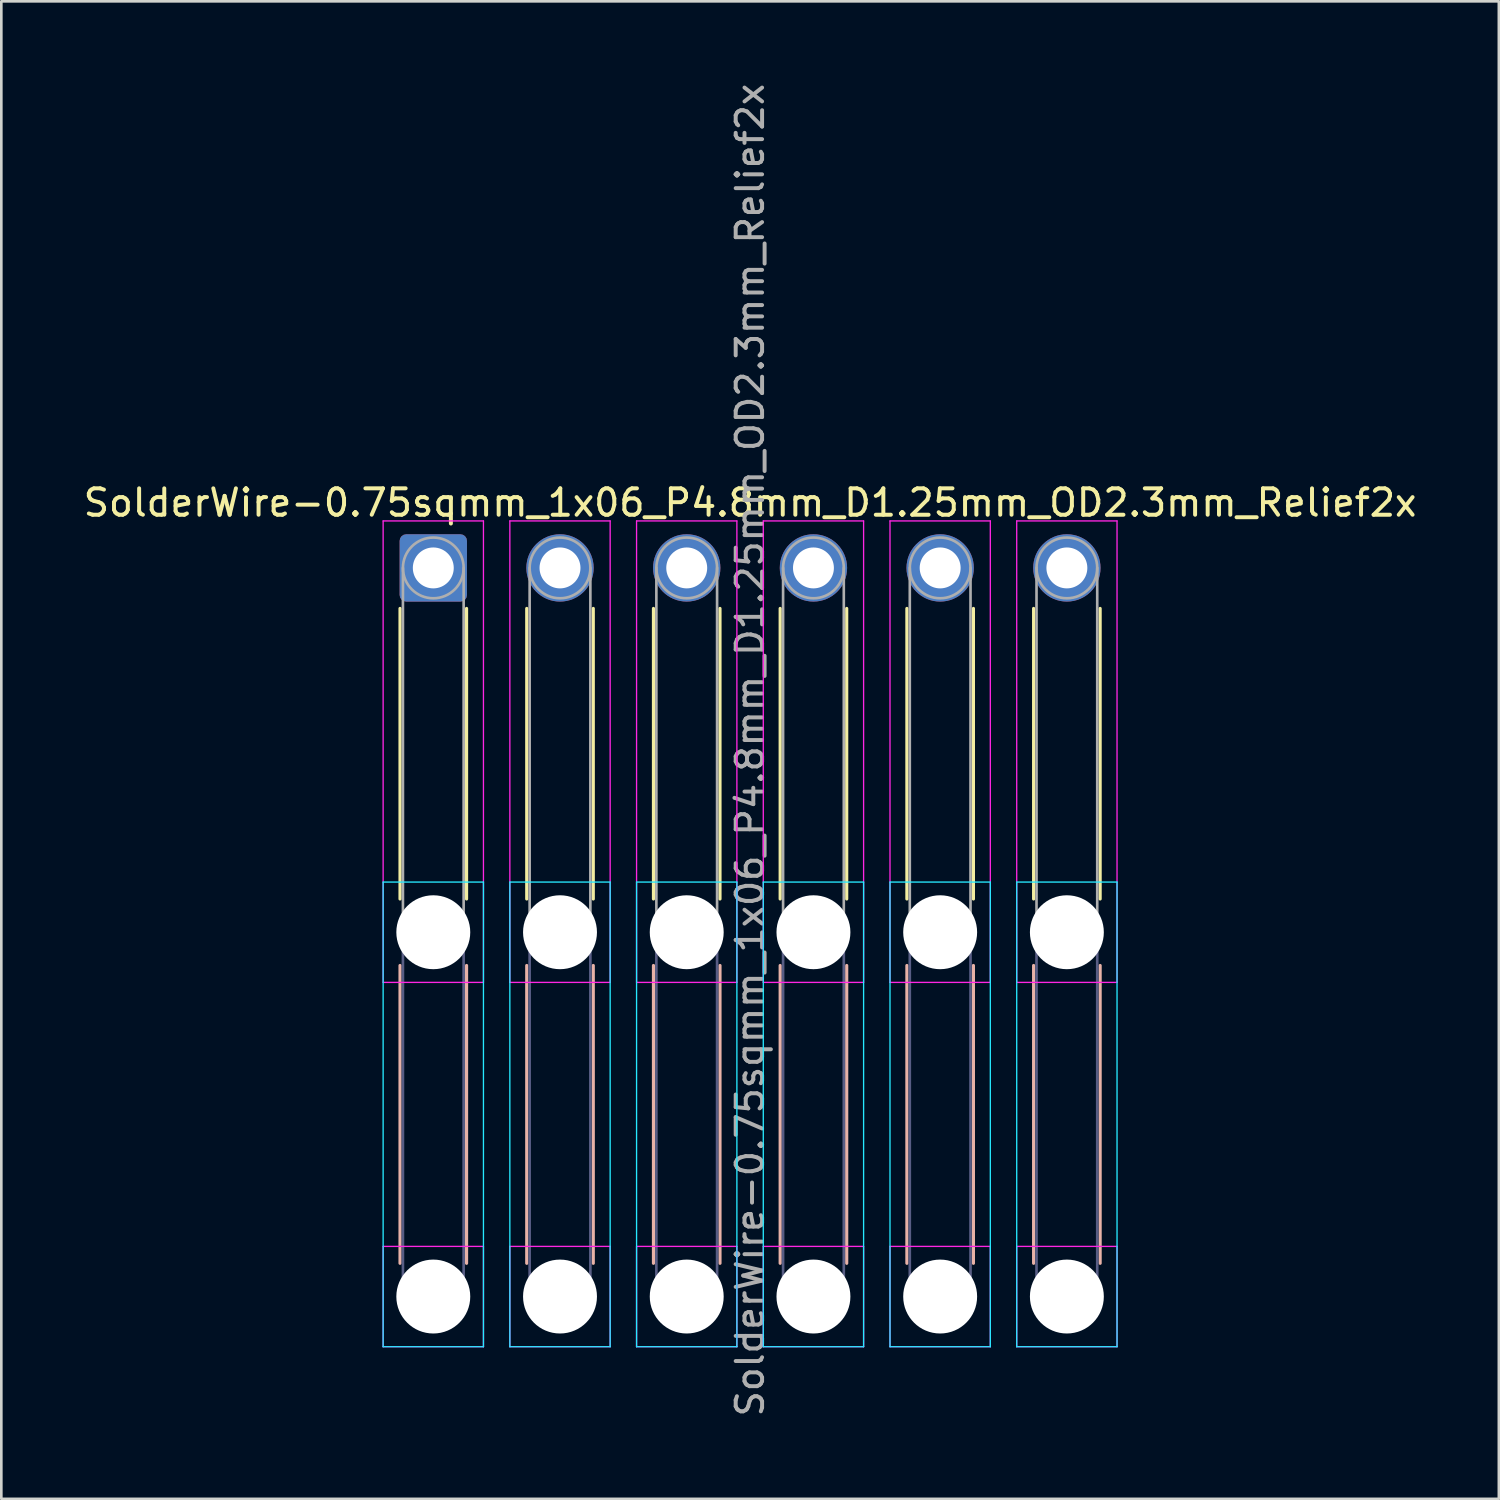
<source format=kicad_pcb>
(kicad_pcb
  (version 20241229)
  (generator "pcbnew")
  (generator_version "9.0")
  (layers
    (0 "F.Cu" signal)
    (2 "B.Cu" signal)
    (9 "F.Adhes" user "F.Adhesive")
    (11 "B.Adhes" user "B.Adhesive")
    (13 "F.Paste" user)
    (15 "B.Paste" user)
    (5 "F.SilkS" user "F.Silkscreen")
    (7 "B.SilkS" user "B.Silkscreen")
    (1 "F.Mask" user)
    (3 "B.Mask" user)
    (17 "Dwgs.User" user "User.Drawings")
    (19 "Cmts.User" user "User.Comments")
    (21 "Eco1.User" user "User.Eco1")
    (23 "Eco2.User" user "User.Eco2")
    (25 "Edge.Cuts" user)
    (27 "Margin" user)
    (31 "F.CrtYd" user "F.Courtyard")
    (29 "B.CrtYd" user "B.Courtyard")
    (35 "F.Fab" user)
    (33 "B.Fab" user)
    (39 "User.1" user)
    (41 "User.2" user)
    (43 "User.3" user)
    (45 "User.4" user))
  (footprint "SolderWire-0.75sqmm_1x06_P4.8mm_D1.25mm_OD2.3mm_Relief2x"
    (layer "F.Cu")
    (at 13.363 18.463)
    (property "Reference" "SolderWire-0.75sqmm_1x06_P4.8mm_D1.25mm_OD2.3mm_Relief2x" (at 12 -2.47 0) (layer "F.SilkS") (effects (font (size 1 1) (thickness 0.15))))
    (attr exclude_from_pos_files exclude_from_bom)
    (fp_line (start -1.26 1.535) (end -1.26 12.54) (stroke (width 0.12) (type solid)) (layer "F.SilkS"))
    (fp_line (start 1.26 1.535) (end 1.26 12.54) (stroke (width 0.12) (type solid)) (layer "F.SilkS"))
    (fp_line (start 3.54 1.535) (end 3.54 12.54) (stroke (width 0.12) (type solid)) (layer "F.SilkS"))
    (fp_line (start 6.06 1.535) (end 6.06 12.54) (stroke (width 0.12) (type solid)) (layer "F.SilkS"))
    (fp_line (start 8.34 1.535) (end 8.34 12.54) (stroke (width 0.12) (type solid)) (layer "F.SilkS"))
    (fp_line (start 10.86 1.535) (end 10.86 12.54) (stroke (width 0.12) (type solid)) (layer "F.SilkS"))
    (fp_line (start 13.14 1.535) (end 13.14 12.54) (stroke (width 0.12) (type solid)) (layer "F.SilkS"))
    (fp_line (start 15.66 1.535) (end 15.66 12.54) (stroke (width 0.12) (type solid)) (layer "F.SilkS"))
    (fp_line (start 17.94 1.535) (end 17.94 12.54) (stroke (width 0.12) (type solid)) (layer "F.SilkS"))
    (fp_line (start 20.46 1.535) (end 20.46 12.54) (stroke (width 0.12) (type solid)) (layer "F.SilkS"))
    (fp_line (start 22.74 1.535) (end 22.74 12.54) (stroke (width 0.12) (type solid)) (layer "F.SilkS"))
    (fp_line (start 25.26 1.535) (end 25.26 12.54) (stroke (width 0.12) (type solid)) (layer "F.SilkS"))
    (fp_line (start -1.26 15.06) (end -1.26 26.34) (stroke (width 0.12) (type solid)) (layer "B.SilkS"))
    (fp_line (start 1.26 15.06) (end 1.26 26.34) (stroke (width 0.12) (type solid)) (layer "B.SilkS"))
    (fp_line (start 3.54 15.06) (end 3.54 26.34) (stroke (width 0.12) (type solid)) (layer "B.SilkS"))
    (fp_line (start 6.06 15.06) (end 6.06 26.34) (stroke (width 0.12) (type solid)) (layer "B.SilkS"))
    (fp_line (start 8.34 15.06) (end 8.34 26.34) (stroke (width 0.12) (type solid)) (layer "B.SilkS"))
    (fp_line (start 10.86 15.06) (end 10.86 26.34) (stroke (width 0.12) (type solid)) (layer "B.SilkS"))
    (fp_line (start 13.14 15.06) (end 13.14 26.34) (stroke (width 0.12) (type solid)) (layer "B.SilkS"))
    (fp_line (start 15.66 15.06) (end 15.66 26.34) (stroke (width 0.12) (type solid)) (layer "B.SilkS"))
    (fp_line (start 17.94 15.06) (end 17.94 26.34) (stroke (width 0.12) (type solid)) (layer "B.SilkS"))
    (fp_line (start 20.46 15.06) (end 20.46 26.34) (stroke (width 0.12) (type solid)) (layer "B.SilkS"))
    (fp_line (start 22.74 15.06) (end 22.74 26.34) (stroke (width 0.12) (type solid)) (layer "B.SilkS"))
    (fp_line (start 25.26 15.06) (end 25.26 26.34) (stroke (width 0.12) (type solid)) (layer "B.SilkS"))
    (fp_line (start -1.9 11.9) (end -1.9 29.5) (stroke (width 0.05) (type solid)) (layer "B.CrtYd"))
    (fp_line (start -1.9 29.5) (end 1.9 29.5) (stroke (width 0.05) (type solid)) (layer "B.CrtYd"))
    (fp_line (start 1.9 11.9) (end -1.9 11.9) (stroke (width 0.05) (type solid)) (layer "B.CrtYd"))
    (fp_line (start 1.9 29.5) (end 1.9 11.9) (stroke (width 0.05) (type solid)) (layer "B.CrtYd"))
    (fp_line (start 2.9 11.9) (end 2.9 29.5) (stroke (width 0.05) (type solid)) (layer "B.CrtYd"))
    (fp_line (start 2.9 29.5) (end 6.7 29.5) (stroke (width 0.05) (type solid)) (layer "B.CrtYd"))
    (fp_line (start 6.7 11.9) (end 2.9 11.9) (stroke (width 0.05) (type solid)) (layer "B.CrtYd"))
    (fp_line (start 6.7 29.5) (end 6.7 11.9) (stroke (width 0.05) (type solid)) (layer "B.CrtYd"))
    (fp_line (start 7.7 11.9) (end 7.7 29.5) (stroke (width 0.05) (type solid)) (layer "B.CrtYd"))
    (fp_line (start 7.7 29.5) (end 11.5 29.5) (stroke (width 0.05) (type solid)) (layer "B.CrtYd"))
    (fp_line (start 11.5 11.9) (end 7.7 11.9) (stroke (width 0.05) (type solid)) (layer "B.CrtYd"))
    (fp_line (start 11.5 29.5) (end 11.5 11.9) (stroke (width 0.05) (type solid)) (layer "B.CrtYd"))
    (fp_line (start 12.5 11.9) (end 12.5 29.5) (stroke (width 0.05) (type solid)) (layer "B.CrtYd"))
    (fp_line (start 12.5 29.5) (end 16.3 29.5) (stroke (width 0.05) (type solid)) (layer "B.CrtYd"))
    (fp_line (start 16.3 11.9) (end 12.5 11.9) (stroke (width 0.05) (type solid)) (layer "B.CrtYd"))
    (fp_line (start 16.3 29.5) (end 16.3 11.9) (stroke (width 0.05) (type solid)) (layer "B.CrtYd"))
    (fp_line (start 17.3 11.9) (end 17.3 29.5) (stroke (width 0.05) (type solid)) (layer "B.CrtYd"))
    (fp_line (start 17.3 29.5) (end 21.1 29.5) (stroke (width 0.05) (type solid)) (layer "B.CrtYd"))
    (fp_line (start 21.1 11.9) (end 17.3 11.9) (stroke (width 0.05) (type solid)) (layer "B.CrtYd"))
    (fp_line (start 21.1 29.5) (end 21.1 11.9) (stroke (width 0.05) (type solid)) (layer "B.CrtYd"))
    (fp_line (start 22.1 11.9) (end 22.1 29.5) (stroke (width 0.05) (type solid)) (layer "B.CrtYd"))
    (fp_line (start 22.1 29.5) (end 25.9 29.5) (stroke (width 0.05) (type solid)) (layer "B.CrtYd"))
    (fp_line (start 25.9 11.9) (end 22.1 11.9) (stroke (width 0.05) (type solid)) (layer "B.CrtYd"))
    (fp_line (start 25.9 29.5) (end 25.9 11.9) (stroke (width 0.05) (type solid)) (layer "B.CrtYd"))
    (fp_line (start -1.9 -1.78) (end -1.9 15.7) (stroke (width 0.05) (type solid)) (layer "F.CrtYd"))
    (fp_line (start -1.9 15.7) (end 1.9 15.7) (stroke (width 0.05) (type solid)) (layer "F.CrtYd"))
    (fp_line (start -1.9 25.7) (end -1.9 29.5) (stroke (width 0.05) (type solid)) (layer "F.CrtYd"))
    (fp_line (start -1.9 29.5) (end 1.9 29.5) (stroke (width 0.05) (type solid)) (layer "F.CrtYd"))
    (fp_line (start 1.9 -1.78) (end -1.9 -1.78) (stroke (width 0.05) (type solid)) (layer "F.CrtYd"))
    (fp_line (start 1.9 15.7) (end 1.9 -1.78) (stroke (width 0.05) (type solid)) (layer "F.CrtYd"))
    (fp_line (start 1.9 25.7) (end -1.9 25.7) (stroke (width 0.05) (type solid)) (layer "F.CrtYd"))
    (fp_line (start 1.9 29.5) (end 1.9 25.7) (stroke (width 0.05) (type solid)) (layer "F.CrtYd"))
    (fp_line (start 2.9 -1.78) (end 2.9 15.7) (stroke (width 0.05) (type solid)) (layer "F.CrtYd"))
    (fp_line (start 2.9 15.7) (end 6.7 15.7) (stroke (width 0.05) (type solid)) (layer "F.CrtYd"))
    (fp_line (start 2.9 25.7) (end 2.9 29.5) (stroke (width 0.05) (type solid)) (layer "F.CrtYd"))
    (fp_line (start 2.9 29.5) (end 6.7 29.5) (stroke (width 0.05) (type solid)) (layer "F.CrtYd"))
    (fp_line (start 6.7 -1.78) (end 2.9 -1.78) (stroke (width 0.05) (type solid)) (layer "F.CrtYd"))
    (fp_line (start 6.7 15.7) (end 6.7 -1.78) (stroke (width 0.05) (type solid)) (layer "F.CrtYd"))
    (fp_line (start 6.7 25.7) (end 2.9 25.7) (stroke (width 0.05) (type solid)) (layer "F.CrtYd"))
    (fp_line (start 6.7 29.5) (end 6.7 25.7) (stroke (width 0.05) (type solid)) (layer "F.CrtYd"))
    (fp_line (start 7.7 -1.78) (end 7.7 15.7) (stroke (width 0.05) (type solid)) (layer "F.CrtYd"))
    (fp_line (start 7.7 15.7) (end 11.5 15.7) (stroke (width 0.05) (type solid)) (layer "F.CrtYd"))
    (fp_line (start 7.7 25.7) (end 7.7 29.5) (stroke (width 0.05) (type solid)) (layer "F.CrtYd"))
    (fp_line (start 7.7 29.5) (end 11.5 29.5) (stroke (width 0.05) (type solid)) (layer "F.CrtYd"))
    (fp_line (start 11.5 -1.78) (end 7.7 -1.78) (stroke (width 0.05) (type solid)) (layer "F.CrtYd"))
    (fp_line (start 11.5 15.7) (end 11.5 -1.78) (stroke (width 0.05) (type solid)) (layer "F.CrtYd"))
    (fp_line (start 11.5 25.7) (end 7.7 25.7) (stroke (width 0.05) (type solid)) (layer "F.CrtYd"))
    (fp_line (start 11.5 29.5) (end 11.5 25.7) (stroke (width 0.05) (type solid)) (layer "F.CrtYd"))
    (fp_line (start 12.5 -1.78) (end 12.5 15.7) (stroke (width 0.05) (type solid)) (layer "F.CrtYd"))
    (fp_line (start 12.5 15.7) (end 16.3 15.7) (stroke (width 0.05) (type solid)) (layer "F.CrtYd"))
    (fp_line (start 12.5 25.7) (end 12.5 29.5) (stroke (width 0.05) (type solid)) (layer "F.CrtYd"))
    (fp_line (start 12.5 29.5) (end 16.3 29.5) (stroke (width 0.05) (type solid)) (layer "F.CrtYd"))
    (fp_line (start 16.3 -1.78) (end 12.5 -1.78) (stroke (width 0.05) (type solid)) (layer "F.CrtYd"))
    (fp_line (start 16.3 15.7) (end 16.3 -1.78) (stroke (width 0.05) (type solid)) (layer "F.CrtYd"))
    (fp_line (start 16.3 25.7) (end 12.5 25.7) (stroke (width 0.05) (type solid)) (layer "F.CrtYd"))
    (fp_line (start 16.3 29.5) (end 16.3 25.7) (stroke (width 0.05) (type solid)) (layer "F.CrtYd"))
    (fp_line (start 17.3 -1.78) (end 17.3 15.7) (stroke (width 0.05) (type solid)) (layer "F.CrtYd"))
    (fp_line (start 17.3 15.7) (end 21.1 15.7) (stroke (width 0.05) (type solid)) (layer "F.CrtYd"))
    (fp_line (start 17.3 25.7) (end 17.3 29.5) (stroke (width 0.05) (type solid)) (layer "F.CrtYd"))
    (fp_line (start 17.3 29.5) (end 21.1 29.5) (stroke (width 0.05) (type solid)) (layer "F.CrtYd"))
    (fp_line (start 21.1 -1.78) (end 17.3 -1.78) (stroke (width 0.05) (type solid)) (layer "F.CrtYd"))
    (fp_line (start 21.1 15.7) (end 21.1 -1.78) (stroke (width 0.05) (type solid)) (layer "F.CrtYd"))
    (fp_line (start 21.1 25.7) (end 17.3 25.7) (stroke (width 0.05) (type solid)) (layer "F.CrtYd"))
    (fp_line (start 21.1 29.5) (end 21.1 25.7) (stroke (width 0.05) (type solid)) (layer "F.CrtYd"))
    (fp_line (start 22.1 -1.78) (end 22.1 15.7) (stroke (width 0.05) (type solid)) (layer "F.CrtYd"))
    (fp_line (start 22.1 15.7) (end 25.9 15.7) (stroke (width 0.05) (type solid)) (layer "F.CrtYd"))
    (fp_line (start 22.1 25.7) (end 22.1 29.5) (stroke (width 0.05) (type solid)) (layer "F.CrtYd"))
    (fp_line (start 22.1 29.5) (end 25.9 29.5) (stroke (width 0.05) (type solid)) (layer "F.CrtYd"))
    (fp_line (start 25.9 -1.78) (end 22.1 -1.78) (stroke (width 0.05) (type solid)) (layer "F.CrtYd"))
    (fp_line (start 25.9 15.7) (end 25.9 -1.78) (stroke (width 0.05) (type solid)) (layer "F.CrtYd"))
    (fp_line (start 25.9 25.7) (end 22.1 25.7) (stroke (width 0.05) (type solid)) (layer "F.CrtYd"))
    (fp_line (start 25.9 29.5) (end 25.9 25.7) (stroke (width 0.05) (type solid)) (layer "F.CrtYd"))
    (fp_line (start -1.15 13.8) (end -1.15 27.6) (stroke (width 0.1) (type solid)) (layer "B.Fab"))
    (fp_line (start 1.15 13.8) (end 1.15 27.6) (stroke (width 0.1) (type solid)) (layer "B.Fab"))
    (fp_line (start 3.65 13.8) (end 3.65 27.6) (stroke (width 0.1) (type solid)) (layer "B.Fab"))
    (fp_line (start 5.95 13.8) (end 5.95 27.6) (stroke (width 0.1) (type solid)) (layer "B.Fab"))
    (fp_line (start 8.45 13.8) (end 8.45 27.6) (stroke (width 0.1) (type solid)) (layer "B.Fab"))
    (fp_line (start 10.75 13.8) (end 10.75 27.6) (stroke (width 0.1) (type solid)) (layer "B.Fab"))
    (fp_line (start 13.25 13.8) (end 13.25 27.6) (stroke (width 0.1) (type solid)) (layer "B.Fab"))
    (fp_line (start 15.55 13.8) (end 15.55 27.6) (stroke (width 0.1) (type solid)) (layer "B.Fab"))
    (fp_line (start 18.05 13.8) (end 18.05 27.6) (stroke (width 0.1) (type solid)) (layer "B.Fab"))
    (fp_line (start 20.35 13.8) (end 20.35 27.6) (stroke (width 0.1) (type solid)) (layer "B.Fab"))
    (fp_line (start 22.85 13.8) (end 22.85 27.6) (stroke (width 0.1) (type solid)) (layer "B.Fab"))
    (fp_line (start 25.15 13.8) (end 25.15 27.6) (stroke (width 0.1) (type solid)) (layer "B.Fab"))
    (fp_circle (center 0 13.8) (end 1.15 13.8) (stroke (width 0.1) (type solid)) (fill no) (layer "B.Fab"))
    (fp_circle (center 0 27.6) (end 1.15 27.6) (stroke (width 0.1) (type solid)) (fill no) (layer "B.Fab"))
    (fp_circle (center 4.8 13.8) (end 5.95 13.8) (stroke (width 0.1) (type solid)) (fill no) (layer "B.Fab"))
    (fp_circle (center 4.8 27.6) (end 5.95 27.6) (stroke (width 0.1) (type solid)) (fill no) (layer "B.Fab"))
    (fp_circle (center 9.6 13.8) (end 10.75 13.8) (stroke (width 0.1) (type solid)) (fill no) (layer "B.Fab"))
    (fp_circle (center 9.6 27.6) (end 10.75 27.6) (stroke (width 0.1) (type solid)) (fill no) (layer "B.Fab"))
    (fp_circle (center 14.4 13.8) (end 15.55 13.8) (stroke (width 0.1) (type solid)) (fill no) (layer "B.Fab"))
    (fp_circle (center 14.4 27.6) (end 15.55 27.6) (stroke (width 0.1) (type solid)) (fill no) (layer "B.Fab"))
    (fp_circle (center 19.2 13.8) (end 20.35 13.8) (stroke (width 0.1) (type solid)) (fill no) (layer "B.Fab"))
    (fp_circle (center 19.2 27.6) (end 20.35 27.6) (stroke (width 0.1) (type solid)) (fill no) (layer "B.Fab"))
    (fp_circle (center 24 13.8) (end 25.15 13.8) (stroke (width 0.1) (type solid)) (fill no) (layer "B.Fab"))
    (fp_circle (center 24 27.6) (end 25.15 27.6) (stroke (width 0.1) (type solid)) (fill no) (layer "B.Fab"))
    (fp_line (start -1.15 0) (end -1.15 13.8) (stroke (width 0.1) (type solid)) (layer "F.Fab"))
    (fp_line (start 1.15 0) (end 1.15 13.8) (stroke (width 0.1) (type solid)) (layer "F.Fab"))
    (fp_line (start 3.65 0) (end 3.65 13.8) (stroke (width 0.1) (type solid)) (layer "F.Fab"))
    (fp_line (start 5.95 0) (end 5.95 13.8) (stroke (width 0.1) (type solid)) (layer "F.Fab"))
    (fp_line (start 8.45 0) (end 8.45 13.8) (stroke (width 0.1) (type solid)) (layer "F.Fab"))
    (fp_line (start 10.75 0) (end 10.75 13.8) (stroke (width 0.1) (type solid)) (layer "F.Fab"))
    (fp_line (start 13.25 0) (end 13.25 13.8) (stroke (width 0.1) (type solid)) (layer "F.Fab"))
    (fp_line (start 15.55 0) (end 15.55 13.8) (stroke (width 0.1) (type solid)) (layer "F.Fab"))
    (fp_line (start 18.05 0) (end 18.05 13.8) (stroke (width 0.1) (type solid)) (layer "F.Fab"))
    (fp_line (start 20.35 0) (end 20.35 13.8) (stroke (width 0.1) (type solid)) (layer "F.Fab"))
    (fp_line (start 22.85 0) (end 22.85 13.8) (stroke (width 0.1) (type solid)) (layer "F.Fab"))
    (fp_line (start 25.15 0) (end 25.15 13.8) (stroke (width 0.1) (type solid)) (layer "F.Fab"))
    (fp_circle (center 0 0) (end 1.15 0) (stroke (width 0.1) (type solid)) (fill no) (layer "F.Fab"))
    (fp_circle (center 0 13.8) (end 1.15 13.8) (stroke (width 0.1) (type solid)) (fill no) (layer "F.Fab"))
    (fp_circle (center 0 27.6) (end 1.15 27.6) (stroke (width 0.1) (type solid)) (fill no) (layer "F.Fab"))
    (fp_circle (center 4.8 0) (end 5.95 0) (stroke (width 0.1) (type solid)) (fill no) (layer "F.Fab"))
    (fp_circle (center 4.8 13.8) (end 5.95 13.8) (stroke (width 0.1) (type solid)) (fill no) (layer "F.Fab"))
    (fp_circle (center 4.8 27.6) (end 5.95 27.6) (stroke (width 0.1) (type solid)) (fill no) (layer "F.Fab"))
    (fp_circle (center 9.6 0) (end 10.75 0) (stroke (width 0.1) (type solid)) (fill no) (layer "F.Fab"))
    (fp_circle (center 9.6 13.8) (end 10.75 13.8) (stroke (width 0.1) (type solid)) (fill no) (layer "F.Fab"))
    (fp_circle (center 9.6 27.6) (end 10.75 27.6) (stroke (width 0.1) (type solid)) (fill no) (layer "F.Fab"))
    (fp_circle (center 14.4 0) (end 15.55 0) (stroke (width 0.1) (type solid)) (fill no) (layer "F.Fab"))
    (fp_circle (center 14.4 13.8) (end 15.55 13.8) (stroke (width 0.1) (type solid)) (fill no) (layer "F.Fab"))
    (fp_circle (center 14.4 27.6) (end 15.55 27.6) (stroke (width 0.1) (type solid)) (fill no) (layer "F.Fab"))
    (fp_circle (center 19.2 0) (end 20.35 0) (stroke (width 0.1) (type solid)) (fill no) (layer "F.Fab"))
    (fp_circle (center 19.2 13.8) (end 20.35 13.8) (stroke (width 0.1) (type solid)) (fill no) (layer "F.Fab"))
    (fp_circle (center 19.2 27.6) (end 20.35 27.6) (stroke (width 0.1) (type solid)) (fill no) (layer "F.Fab"))
    (fp_circle (center 24 0) (end 25.15 0) (stroke (width 0.1) (type solid)) (fill no) (layer "F.Fab"))
    (fp_circle (center 24 13.8) (end 25.15 13.8) (stroke (width 0.1) (type solid)) (fill no) (layer "F.Fab"))
    (fp_circle (center 24 27.6) (end 25.15 27.6) (stroke (width 0.1) (type solid)) (fill no) (layer "F.Fab"))
    (fp_text user "${REFERENCE}" (at 12 6.9 90) (layer "F.Fab") (effects (font (size 1 1) (thickness 0.15))))
    (pad "" np_thru_hole circle (at 0 13.8) (size 2.8 2.8) (drill 2.8) (layers "*.Cu" "*.Mask"))
    (pad "" np_thru_hole circle (at 0 27.6) (size 2.8 2.8) (drill 2.8) (layers "*.Cu" "*.Mask"))
    (pad "" np_thru_hole circle (at 4.8 13.8) (size 2.8 2.8) (drill 2.8) (layers "*.Cu" "*.Mask"))
    (pad "" np_thru_hole circle (at 4.8 27.6) (size 2.8 2.8) (drill 2.8) (layers "*.Cu" "*.Mask"))
    (pad "" np_thru_hole circle (at 9.6 13.8) (size 2.8 2.8) (drill 2.8) (layers "*.Cu" "*.Mask"))
    (pad "" np_thru_hole circle (at 9.6 27.6) (size 2.8 2.8) (drill 2.8) (layers "*.Cu" "*.Mask"))
    (pad "" np_thru_hole circle (at 14.4 13.8) (size 2.8 2.8) (drill 2.8) (layers "*.Cu" "*.Mask"))
    (pad "" np_thru_hole circle (at 14.4 27.6) (size 2.8 2.8) (drill 2.8) (layers "*.Cu" "*.Mask"))
    (pad "" np_thru_hole circle (at 19.2 13.8) (size 2.8 2.8) (drill 2.8) (layers "*.Cu" "*.Mask"))
    (pad "" np_thru_hole circle (at 19.2 27.6) (size 2.8 2.8) (drill 2.8) (layers "*.Cu" "*.Mask"))
    (pad "" np_thru_hole circle (at 24 13.8) (size 2.8 2.8) (drill 2.8) (layers "*.Cu" "*.Mask"))
    (pad "" np_thru_hole circle (at 24 27.6) (size 2.8 2.8) (drill 2.8) (layers "*.Cu" "*.Mask"))
    (pad "1" thru_hole roundrect (at 0 0) (size 2.55 2.55) (drill 1.55) (layers "*.Cu" "*.Mask") (roundrect_rratio 0.098))
    (pad "2" thru_hole circle (at 4.8 0) (size 2.55 2.55) (drill 1.55) (layers "*.Cu" "*.Mask"))
    (pad "3" thru_hole circle (at 9.6 0) (size 2.55 2.55) (drill 1.55) (layers "*.Cu" "*.Mask"))
    (pad "4" thru_hole circle (at 14.4 0) (size 2.55 2.55) (drill 1.55) (layers "*.Cu" "*.Mask"))
    (pad "5" thru_hole circle (at 19.2 0) (size 2.55 2.55) (drill 1.55) (layers "*.Cu" "*.Mask"))
    (pad "6" thru_hole circle (at 24 0) (size 2.55 2.55) (drill 1.55) (layers "*.Cu" "*.Mask")))
  (gr_rect
    (start -3 -3)
    (end 53.726 53.726)
    (stroke (width 0.1) (type default))
    (fill no)
    (layer "Edge.Cuts")))
</source>
